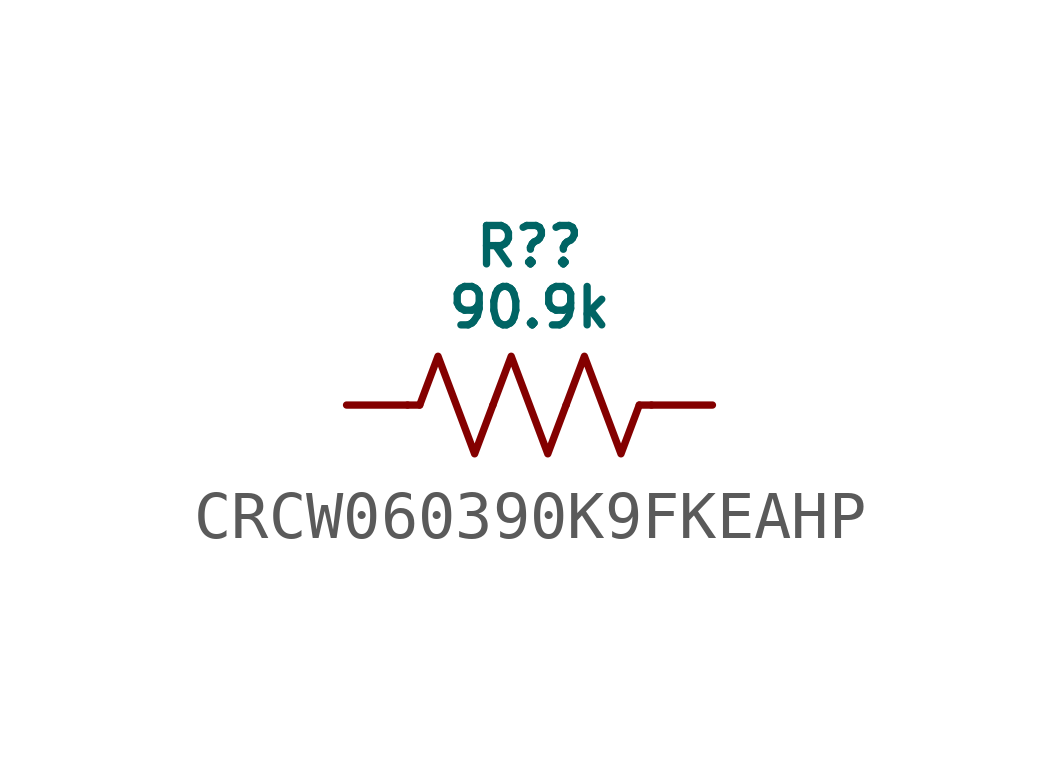
<source format=kicad_sym>
(kicad_symbol_lib
  (version 20231120)
  (generator "kicad_symbol_editor")
  (generator_version "8.0")
  (symbol "CRCW060390K9FKEAHP"
    (pin_numbers hide)
    (pin_names hide)
    (property "Reference" "R?"
      (at 0 3.302 0)
      (do_not_autoplace)
      (effects (font (size 0.8 0.8))))
    (property "Value" "90.9k"
      (at 0 2.032 0)
      (do_not_autoplace)
      (effects (font (size 0.8 0.8))))
    (symbol "CRCW060390K9FKEAHP_0_1"
      (polyline (pts (xy -2.286 0) (xy -2.54 0)) (stroke (width 0) (type default)) (fill (type none)))
      (polyline (pts (xy 2.286 0) (xy 2.54 0)) (stroke (width 0) (type default)) (fill (type none)))
      (polyline (pts (xy -2.286 0) (xy -1.905 1.016) (xy -1.524 0) (xy -1.143 -1.016) (xy -0.762 0)) (stroke (width 0) (type default)) (fill (type none)))
      (polyline (pts (xy -0.762 0) (xy -0.381 1.016) (xy 0 0) (xy 0.381 -1.016) (xy 0.762 0)) (stroke (width 0) (type default)) (fill (type none)))
      (polyline (pts (xy 0.762 0) (xy 1.143 1.016) (xy 1.524 0) (xy 1.905 -1.016) (xy 2.286 0)) (stroke (width 0) (type default)) (fill (type none))))
    (symbol "CRCW060390K9FKEAHP_1_0"
      (pin passive line (at -3.81 0 0) (length 1.27) (name "" (effects (font (size 0.8 0.8)))) (number "1" (effects (font (size 0.8 0.8)))))
      (pin passive line (at 3.81 0 180) (length 1.27) (name "" (effects (font (size 0.8 0.8)))) (number "2" (effects (font (size 0.8 0.8))))))))
</source>
